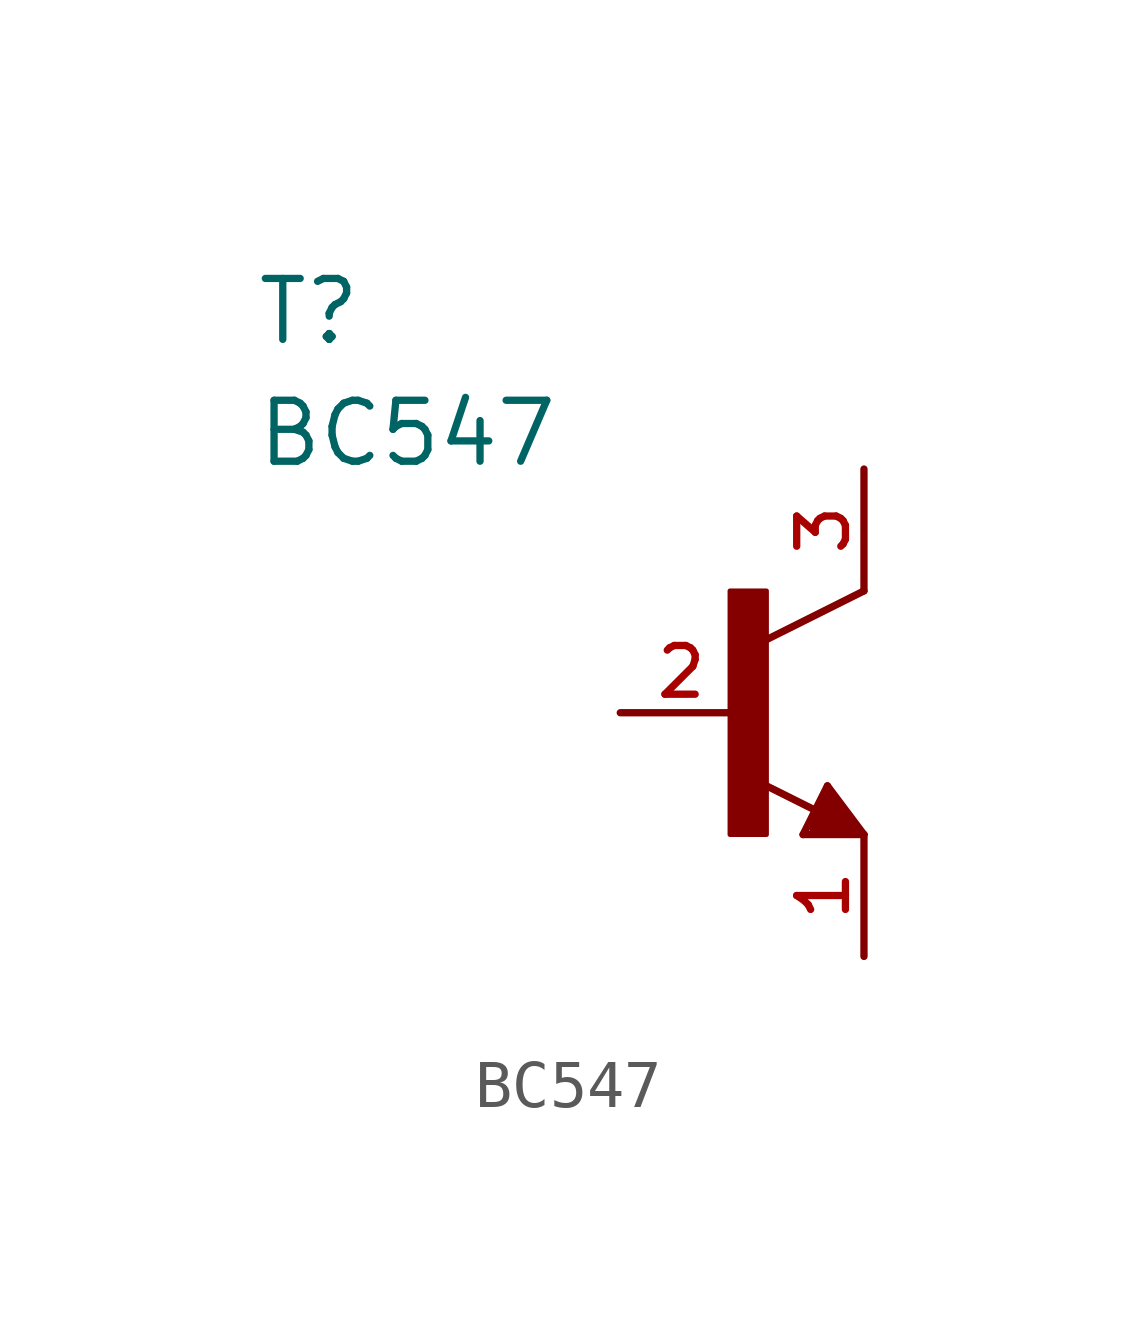
<source format=kicad_sym>
(kicad_symbol_lib
  (version 20211014)
  (generator kicad_symbol_editor)
  (symbol "BC547"
    (pin_names
      (offset 1.016))
    (property "Reference" "T"
      (at -10.16 7.62 0)
      (effects (font (size 1.27 1.27)) (justify bottom left)))
    (property "Value" "BC547"
      (at -10.16 5.08 0)
      (effects (font (size 1.27 1.27)) (justify bottom left)))
    (symbol "BC547_0_0"
      (polyline (pts (xy 2.54 2.54) (xy 0.508 1.524)) (stroke (width 0.152)))
      (polyline (pts (xy 1.778 -1.524) (xy 2.54 -2.54)) (stroke (width 0.152)))
      (polyline (pts (xy 2.54 -2.54) (xy 1.27 -2.54)) (stroke (width 0.152)))
      (polyline (pts (xy 1.27 -2.54) (xy 1.778 -1.524)) (stroke (width 0.152)))
      (polyline (pts (xy 1.54 -2.04) (xy 0.308 -1.424)) (stroke (width 0.152)))
      (polyline (pts (xy 1.524 -2.413) (xy 2.286 -2.413)) (stroke (width 0.254)))
      (polyline (pts (xy 2.286 -2.413) (xy 1.778 -1.778)) (stroke (width 0.254)))
      (polyline (pts (xy 1.778 -1.778) (xy 1.524 -2.286)) (stroke (width 0.254)))
      (polyline (pts (xy 1.524 -2.286) (xy 1.905 -2.286)) (stroke (width 0.254)))
      (polyline (pts (xy 1.905 -2.286) (xy 1.778 -2.032)) (stroke (width 0.254)))
      (rectangle (start -0.254 -2.54) (end 0.508 2.54) (stroke (width 0.1)) (fill (type outline)))
      (pin passive line (at -2.54 0.0 0) (length 2.54) (name "~" (effects (font (size 1.016 1.016)))) (number "2" (effects (font (size 1.016 1.016)))))
      (pin passive line (at 2.54 -5.08 90.0) (length 2.54) (name "~" (effects (font (size 1.016 1.016)))) (number "1" (effects (font (size 1.016 1.016)))))
      (pin passive line (at 2.54 5.08 270.0) (length 2.54) (name "~" (effects (font (size 1.016 1.016)))) (number "3" (effects (font (size 1.016 1.016))))))))
</source>
